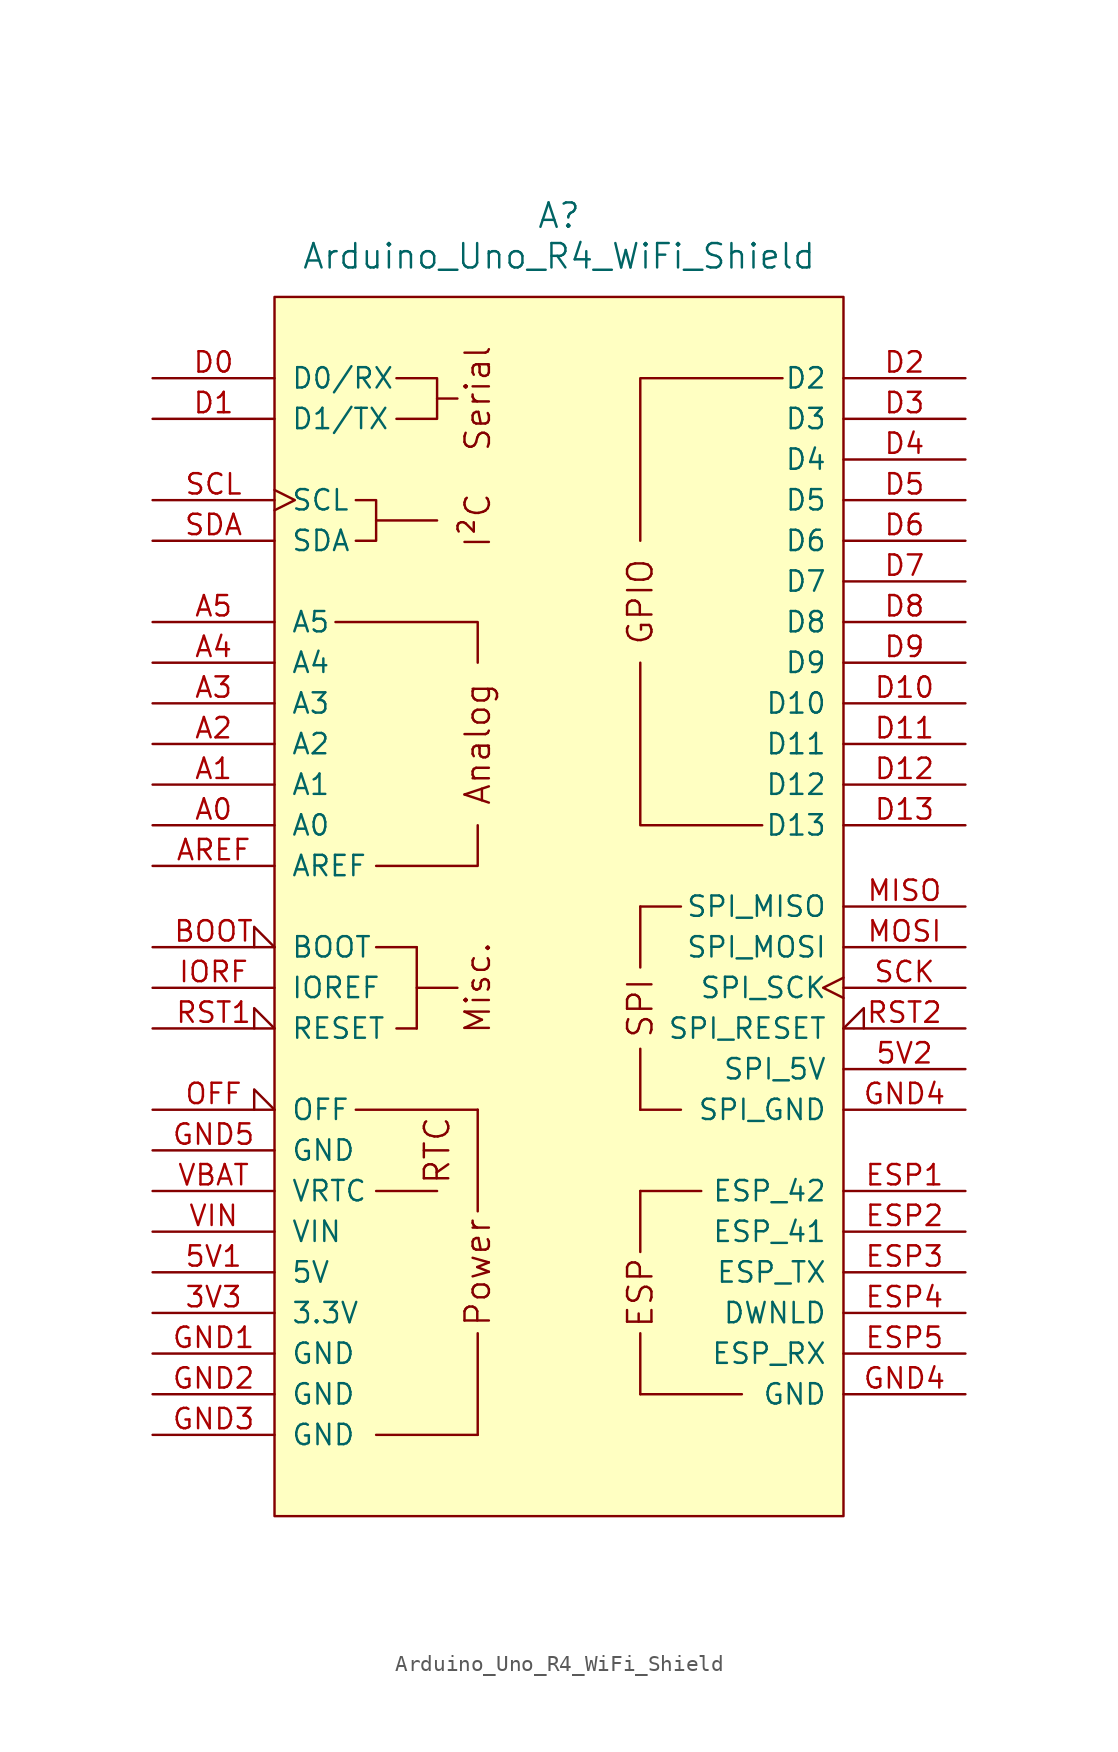
<source format=kicad_sym>
(kicad_symbol_lib
  (version 20220914)
  (generator kicad_symbol_editor)
  (symbol "Arduino_Uno_R4_WiFi_Shield"
    (pin_names
      (offset 1.016))
    (property "Reference" "A"
      (at 0 43.18 0)
      (effects (font (size 1.524 1.524))))
    (property "Value" "Arduino_Uno_R4_WiFi_Shield"
      (at 0 40.64 0)
      (effects (font (size 1.524 1.524))))
    (symbol "Arduino_Uno_R4_WiFi_Shield_0_0"
      (rectangle (start -17.78 38.1) (end 17.78 -38.1) (stroke (width 0) (type default)) (fill (type background)))
      (rectangle (start -12.7 -12.7) (end -5.08 -12.7) (stroke (width 0) (type default)) (fill (type none)))
      (rectangle (start -11.43 -33.02) (end -5.08 -33.02) (stroke (width 0) (type default)) (fill (type none)))
      (rectangle (start -10.16 -7.62) (end -8.89 -7.62) (stroke (width 0) (type default)) (fill (type none)))
      (rectangle (start -8.89 -7.62) (end -8.89 -2.54) (stroke (width 0) (type default)) (fill (type none)))
      (rectangle (start -8.89 -5.08) (end -6.35 -5.08) (stroke (width 0) (type default)) (fill (type none)))
      (rectangle (start -8.89 -2.54) (end -11.43 -2.54) (stroke (width 0) (type default)) (fill (type none)))
      (polyline (pts (xy -11.43 24.13) (xy -7.62 24.13)) (stroke (width 0) (type default)) (fill (type none)))
      (polyline (pts (xy -7.62 31.75) (xy -6.35 31.75)) (stroke (width 0) (type default)) (fill (type none)))
      (polyline (pts (xy -5.08 -26.67) (xy -5.08 -33.02)) (stroke (width 0) (type default)) (fill (type none)))
      (polyline (pts (xy -5.08 -12.7) (xy -5.08 -19.05)) (stroke (width 0) (type default)) (fill (type none)))
      (polyline (pts (xy -5.08 5.08) (xy -5.08 2.54) (xy -11.43 2.54)) (stroke (width 0) (type default)) (fill (type none)))
      (polyline (pts (xy -5.08 15.24) (xy -5.08 17.78) (xy -13.97 17.78)) (stroke (width 0) (type default)) (fill (type none)))
      (polyline (pts (xy 5.08 15.24) (xy 5.08 5.08) (xy 12.7 5.08)) (stroke (width 0) (type default)) (fill (type none)))
      (polyline (pts (xy 5.08 22.86) (xy 5.08 33.02) (xy 13.97 33.02)) (stroke (width 0) (type default)) (fill (type none)))
      (polyline (pts (xy -12.7 25.4) (xy -11.43 25.4) (xy -11.43 22.86) (xy -12.7 22.86)) (stroke (width 0) (type default)) (fill (type none)))
      (polyline (pts (xy -10.16 33.02) (xy -7.62 33.02) (xy -7.62 30.48) (xy -10.16 30.48)) (stroke (width 0) (type default)) (fill (type none)))
      (rectangle (start 5.08 -30.48) (end 5.08 -26.67) (stroke (width 0) (type default)) (fill (type none)))
      (rectangle (start 5.08 -30.48) (end 11.43 -30.48) (stroke (width 0) (type default)) (fill (type none)))
      (rectangle (start 5.08 -21.59) (end 5.08 -17.78) (stroke (width 0) (type default)) (fill (type none)))
      (rectangle (start 5.08 -17.78) (end 8.89 -17.78) (stroke (width 0) (type default)) (fill (type none)))
      (rectangle (start 5.08 -12.7) (end 5.08 -8.89) (stroke (width 0) (type default)) (fill (type none)))
      (rectangle (start 5.08 -12.7) (end 7.62 -12.7) (stroke (width 0) (type default)) (fill (type none)))
      (rectangle (start 5.08 -3.81) (end 5.08 0) (stroke (width 0) (type default)) (fill (type none)))
      (rectangle (start 7.62 0) (end 5.08 0) (stroke (width 0) (type default)) (fill (type none)))
      (text "Analog" (at -5.08 10.16 900) (effects (font (size 1.524 1.524))))
      (text "ESP" (at 5.08 -24.13 900) (effects (font (size 1.524 1.524))))
      (text "I²C" (at -5.08 24.13 900) (effects (font (size 1.524 1.524))))
      (text "Misc." (at -5.08 -5.08 900) (effects (font (size 1.524 1.524))))
      (text "Power" (at -5.08 -22.86 900) (effects (font (size 1.524 1.524))))
      (text "RTC" (at -7.62 -15.24 900) (effects (font (size 1.524 1.524))))
      (text "Serial" (at -5.08 31.75 900) (effects (font (size 1.524 1.524))))
      (text "SPI" (at 5.08 -6.35 900) (effects (font (size 1.524 1.524)))))
    (symbol "Arduino_Uno_R4_WiFi_Shield_0_1"
      (polyline (pts (xy -11.43 -17.78) (xy -7.62 -17.78)) (stroke (width 0) (type default)) (fill (type none))))
    (symbol "Arduino_Uno_R4_WiFi_Shield_1_0"
      (text "GPIO" (at 5.08 19.05 900) (effects (font (size 1.524 1.524)))))
    (symbol "Arduino_Uno_R4_WiFi_Shield_1_1"
      (pin power_out line (at -25.4 -25.4 0) (length 7.62) (name "3.3V" (effects (font (size 1.27 1.27)))) (number "3V3" (effects (font (size 1.27 1.27)))))
      (pin power_in line (at -25.4 -22.86 0) (length 7.62) (name "5V" (effects (font (size 1.27 1.27)))) (number "5V1" (effects (font (size 1.27 1.27)))))
      (pin power_in line (at 25.4 -10.16 180) (length 7.62) (name "SPI_5V" (effects (font (size 1.27 1.27)))) (number "5V2" (effects (font (size 1.27 1.27)))))
      (pin bidirectional line (at -25.4 5.08 0) (length 7.62) (name "A0" (effects (font (size 1.27 1.27)))) (number "A0" (effects (font (size 1.27 1.27)))))
      (pin bidirectional line (at -25.4 7.62 0) (length 7.62) (name "A1" (effects (font (size 1.27 1.27)))) (number "A1" (effects (font (size 1.27 1.27)))))
      (pin bidirectional line (at -25.4 10.16 0) (length 7.62) (name "A2" (effects (font (size 1.27 1.27)))) (number "A2" (effects (font (size 1.27 1.27)))))
      (pin bidirectional line (at -25.4 12.7 0) (length 7.62) (name "A3" (effects (font (size 1.27 1.27)))) (number "A3" (effects (font (size 1.27 1.27)))))
      (pin bidirectional line (at -25.4 15.24 0) (length 7.62) (name "A4" (effects (font (size 1.27 1.27)))) (number "A4" (effects (font (size 1.27 1.27)))))
      (pin bidirectional line (at -25.4 17.78 0) (length 7.62) (name "A5" (effects (font (size 1.27 1.27)))) (number "A5" (effects (font (size 1.27 1.27)))))
      (pin input line (at -25.4 2.54 0) (length 7.62) (name "AREF" (effects (font (size 1.27 1.27)))) (number "AREF" (effects (font (size 1.27 1.27)))))
      (pin input input_low (at -25.4 -2.54 0) (length 7.62) (name "BOOT" (effects (font (size 1.27 1.27)))) (number "BOOT" (effects (font (size 1.27 1.27)))))
      (pin bidirectional line (at -25.4 33.02 0) (length 7.62) (name "D0/RX" (effects (font (size 1.27 1.27)))) (number "D0" (effects (font (size 1.27 1.27)))))
      (pin bidirectional line (at -25.4 30.48 0) (length 7.62) (name "D1/TX" (effects (font (size 1.27 1.27)))) (number "D1" (effects (font (size 1.27 1.27)))))
      (pin bidirectional line (at 25.4 12.7 180) (length 7.62) (name "D10" (effects (font (size 1.27 1.27)))) (number "D10" (effects (font (size 1.27 1.27)))))
      (pin bidirectional line (at 25.4 10.16 180) (length 7.62) (name "D11" (effects (font (size 1.27 1.27)))) (number "D11" (effects (font (size 1.27 1.27)))))
      (pin bidirectional line (at 25.4 7.62 180) (length 7.62) (name "D12" (effects (font (size 1.27 1.27)))) (number "D12" (effects (font (size 1.27 1.27)))))
      (pin bidirectional line (at 25.4 5.08 180) (length 7.62) (name "D13" (effects (font (size 1.27 1.27)))) (number "D13" (effects (font (size 1.27 1.27)))))
      (pin bidirectional line (at 25.4 33.02 180) (length 7.62) (name "D2" (effects (font (size 1.27 1.27)))) (number "D2" (effects (font (size 1.27 1.27)))))
      (pin bidirectional line (at 25.4 30.48 180) (length 7.62) (name "D3" (effects (font (size 1.27 1.27)))) (number "D3" (effects (font (size 1.27 1.27)))))
      (pin bidirectional line (at 25.4 27.94 180) (length 7.62) (name "D4" (effects (font (size 1.27 1.27)))) (number "D4" (effects (font (size 1.27 1.27)))))
      (pin bidirectional line (at 25.4 25.4 180) (length 7.62) (name "D5" (effects (font (size 1.27 1.27)))) (number "D5" (effects (font (size 1.27 1.27)))))
      (pin bidirectional line (at 25.4 22.86 180) (length 7.62) (name "D6" (effects (font (size 1.27 1.27)))) (number "D6" (effects (font (size 1.27 1.27)))))
      (pin bidirectional line (at 25.4 20.32 180) (length 7.62) (name "D7" (effects (font (size 1.27 1.27)))) (number "D7" (effects (font (size 1.27 1.27)))))
      (pin bidirectional line (at 25.4 17.78 180) (length 7.62) (name "D8" (effects (font (size 1.27 1.27)))) (number "D8" (effects (font (size 1.27 1.27)))))
      (pin bidirectional line (at 25.4 15.24 180) (length 7.62) (name "D9" (effects (font (size 1.27 1.27)))) (number "D9" (effects (font (size 1.27 1.27)))))
      (pin bidirectional line (at 25.4 -17.78 180) (length 7.62) (name "ESP_42" (effects (font (size 1.27 1.27)))) (number "ESP1" (effects (font (size 1.27 1.27)))))
      (pin bidirectional line (at 25.4 -20.32 180) (length 7.62) (name "ESP_41" (effects (font (size 1.27 1.27)))) (number "ESP2" (effects (font (size 1.27 1.27)))))
      (pin bidirectional line (at 25.4 -22.86 180) (length 7.62) (name "ESP_TX" (effects (font (size 1.27 1.27)))) (number "ESP3" (effects (font (size 1.27 1.27)))))
      (pin bidirectional line (at 25.4 -25.4 180) (length 7.62) (name "DWNLD" (effects (font (size 1.27 1.27)))) (number "ESP4" (effects (font (size 1.27 1.27)))))
      (pin bidirectional line (at 25.4 -27.94 180) (length 7.62) (name "ESP_RX" (effects (font (size 1.27 1.27)))) (number "ESP5" (effects (font (size 1.27 1.27)))))
      (pin power_in line (at -25.4 -27.94 0) (length 7.62) (name "GND" (effects (font (size 1.27 1.27)))) (number "GND1" (effects (font (size 1.27 1.27)))))
      (pin power_in line (at -25.4 -30.48 0) (length 7.62) (name "GND" (effects (font (size 1.27 1.27)))) (number "GND2" (effects (font (size 1.27 1.27)))))
      (pin power_in line (at -25.4 -33.02 0) (length 7.62) (name "GND" (effects (font (size 1.27 1.27)))) (number "GND3" (effects (font (size 1.27 1.27)))))
      (pin power_in line (at 25.4 -30.48 180) (length 7.62) (name "GND" (effects (font (size 1.27 1.27)))) (number "GND4" (effects (font (size 1.27 1.27)))))
      (pin power_in line (at 25.4 -12.7 180) (length 7.62) (name "SPI_GND" (effects (font (size 1.27 1.27)))) (number "GND4" (effects (font (size 1.27 1.27)))))
      (pin power_in line (at -25.4 -15.24 0) (length 7.62) (name "GND" (effects (font (size 1.27 1.27)))) (number "GND5" (effects (font (size 1.27 1.27)))))
      (pin output line (at -25.4 -5.08 0) (length 7.62) (name "IOREF" (effects (font (size 1.27 1.27)))) (number "IORF" (effects (font (size 1.27 1.27)))))
      (pin input line (at 25.4 0 180) (length 7.62) (name "SPI_MISO" (effects (font (size 1.27 1.27)))) (number "MISO" (effects (font (size 1.27 1.27)))))
      (pin output line (at 25.4 -2.54 180) (length 7.62) (name "SPI_MOSI" (effects (font (size 1.27 1.27)))) (number "MOSI" (effects (font (size 1.27 1.27)))))
      (pin input input_low (at -25.4 -12.7 0) (length 7.62) (name "OFF" (effects (font (size 1.27 1.27)))) (number "OFF" (effects (font (size 1.27 1.27)))))
      (pin open_collector input_low (at -25.4 -7.62 0) (length 7.62) (name "RESET" (effects (font (size 1.27 1.27)))) (number "RST1" (effects (font (size 1.27 1.27)))))
      (pin open_collector input_low (at 25.4 -7.62 180) (length 7.62) (name "SPI_RESET" (effects (font (size 1.27 1.27)))) (number "RST2" (effects (font (size 1.27 1.27)))))
      (pin output clock (at 25.4 -5.08 180) (length 7.62) (name "SPI_SCK" (effects (font (size 1.27 1.27)))) (number "SCK" (effects (font (size 1.27 1.27)))))
      (pin bidirectional clock (at -25.4 25.4 0) (length 7.62) (name "SCL" (effects (font (size 1.27 1.27)))) (number "SCL" (effects (font (size 1.27 1.27)))))
      (pin bidirectional line (at -25.4 22.86 0) (length 7.62) (name "SDA" (effects (font (size 1.27 1.27)))) (number "SDA" (effects (font (size 1.27 1.27)))))
      (pin power_in line (at -25.4 -17.78 0) (length 7.62) (name "VRTC" (effects (font (size 1.27 1.27)))) (number "VBAT" (effects (font (size 1.27 1.27)))))
      (pin power_in line (at -25.4 -20.32 0) (length 7.62) (name "VIN" (effects (font (size 1.27 1.27)))) (number "VIN" (effects (font (size 1.27 1.27))))))))
</source>
